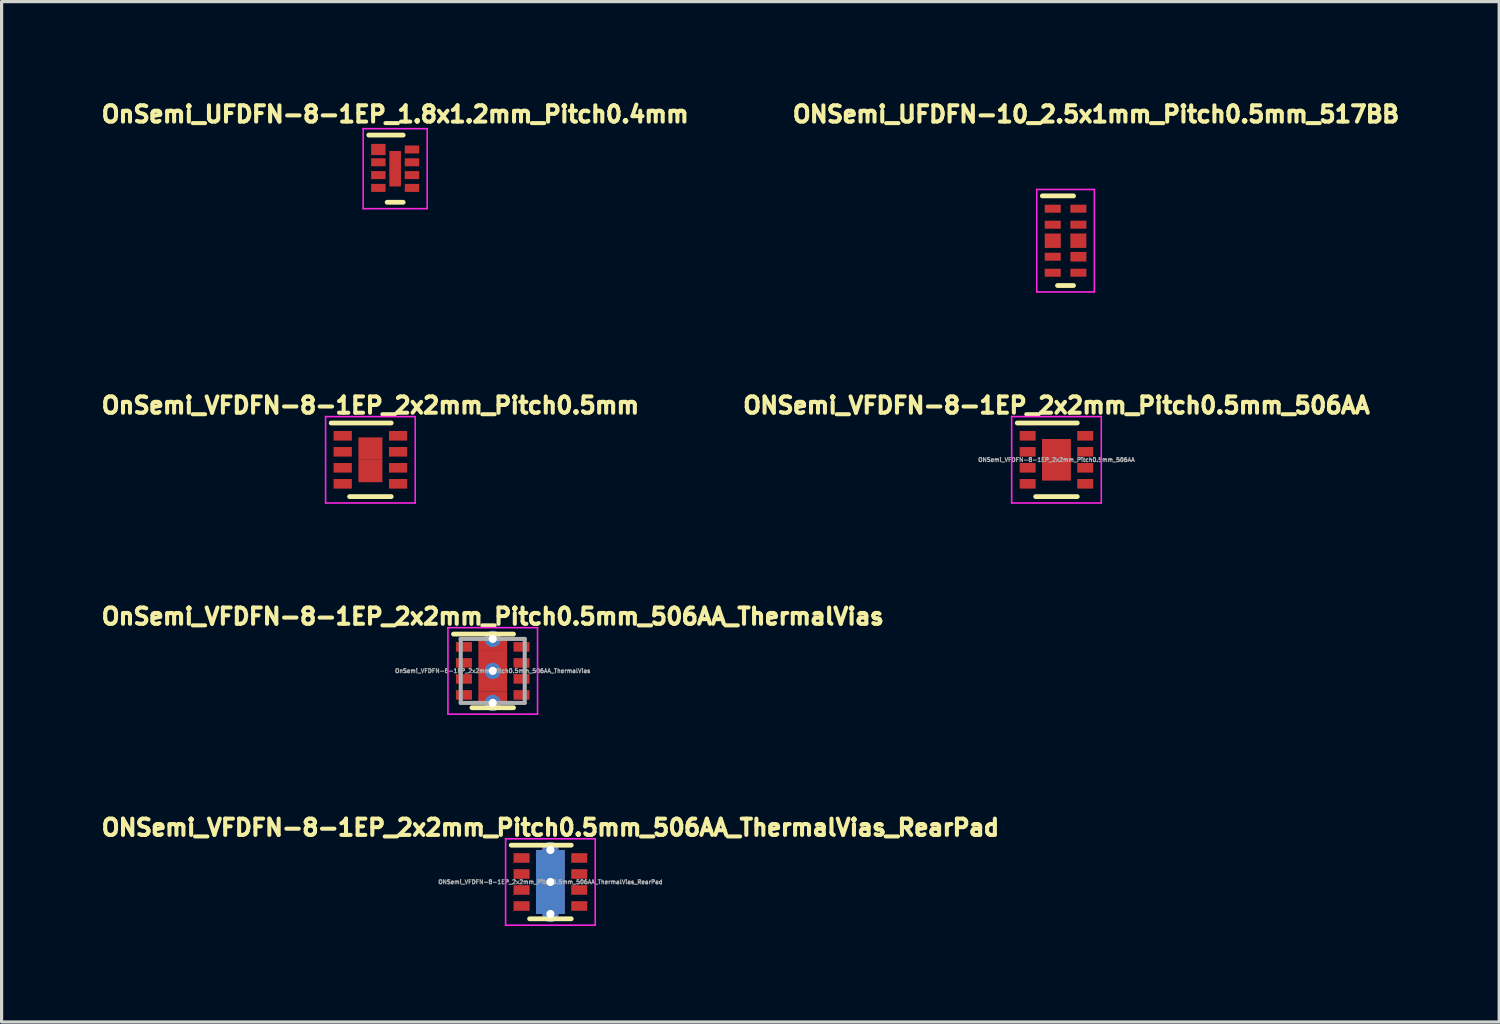
<source format=kicad_pcb>
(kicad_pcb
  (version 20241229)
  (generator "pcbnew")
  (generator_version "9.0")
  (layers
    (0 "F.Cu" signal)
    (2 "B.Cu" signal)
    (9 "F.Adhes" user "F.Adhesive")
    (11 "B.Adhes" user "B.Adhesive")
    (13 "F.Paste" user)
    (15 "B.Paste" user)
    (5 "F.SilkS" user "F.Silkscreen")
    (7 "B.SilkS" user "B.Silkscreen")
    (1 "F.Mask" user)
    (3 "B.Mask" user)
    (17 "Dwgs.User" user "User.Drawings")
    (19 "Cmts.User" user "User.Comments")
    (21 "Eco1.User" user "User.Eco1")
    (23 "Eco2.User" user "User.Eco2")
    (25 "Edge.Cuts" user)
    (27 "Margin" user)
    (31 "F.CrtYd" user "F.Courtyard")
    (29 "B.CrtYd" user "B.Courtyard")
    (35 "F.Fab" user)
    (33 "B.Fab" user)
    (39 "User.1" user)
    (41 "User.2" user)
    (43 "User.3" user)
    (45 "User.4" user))
  (footprint "OnSemi_UFDFN-8-1EP_1.8x1.2mm_Pitch0.4mm"
    (layer "F.Cu")
    (at 9.296 2.22)
    (property "Reference" "OnSemi_UFDFN-8-1EP_1.8x1.2mm_Pitch0.4mm" (at 0 -1.7 0) (layer "F.SilkS") (effects (font (size 0.508 0.508) (thickness 0.127))))
    (attr smd)
    (fp_line (start -0.825 -1.05) (end 0.25 -1.05) (stroke (width 0.15) (type solid)) (layer "F.SilkS"))
    (fp_line (start -0.25 1.05) (end 0.25 1.05) (stroke (width 0.15) (type solid)) (layer "F.SilkS"))
    (fp_line (start -1 -1.25) (end -1 1.25) (stroke (width 0.05) (type solid)) (layer "F.CrtYd"))
    (fp_line (start -1 -1.25) (end 1 -1.25) (stroke (width 0.05) (type solid)) (layer "F.CrtYd"))
    (fp_line (start -1 1.25) (end 1 1.25) (stroke (width 0.05) (type solid)) (layer "F.CrtYd"))
    (fp_line (start 1 -1.25) (end 1 1.25) (stroke (width 0.05) (type solid)) (layer "F.CrtYd"))
    (pad "1" smd rect (at -0.525 -0.6) (size 0.45 0.35) (layers "F.Cu" "F.Mask" "F.Paste"))
    (pad "2" smd rect (at -0.525 -0.2) (size 0.45 0.25) (layers "F.Cu" "F.Mask" "F.Paste"))
    (pad "3" smd rect (at -0.525 0.2) (size 0.45 0.25) (layers "F.Cu" "F.Mask" "F.Paste"))
    (pad "4" smd rect (at -0.525 0.6) (size 0.45 0.25) (layers "F.Cu" "F.Mask" "F.Paste"))
    (pad "5" smd rect (at 0.525 0.6) (size 0.45 0.25) (layers "F.Cu" "F.Mask" "F.Paste"))
    (pad "6" smd rect (at 0.525 0.2) (size 0.45 0.25) (layers "F.Cu" "F.Mask" "F.Paste"))
    (pad "7" smd rect (at 0.525 -0.2) (size 0.45 0.25) (layers "F.Cu" "F.Mask" "F.Paste"))
    (pad "8" smd rect (at 0.525 -0.6) (size 0.45 0.25) (layers "F.Cu" "F.Mask" "F.Paste"))
    (pad "9" smd rect (at 0 -0.275) (size 0.35 0.55) (layers "F.Cu" "F.Mask" "F.Paste"))
    (pad "9" smd rect (at 0 0) (size 0.35 1.1) (layers "F.Cu" "F.Mask"))
    (pad "9" smd rect (at 0 0.275) (size 0.35 0.55) (layers "F.Cu" "F.Mask" "F.Paste")))
  (footprint "OnSemi_VFDFN-8-1EP_2x2mm_Pitch0.5mm_506AA_ThermalVias"
    (layer "F.Cu")
    (at 12.344 17.91)
    (property "Reference" "OnSemi_VFDFN-8-1EP_2x2mm_Pitch0.5mm_506AA_ThermalVias" (at 0 -1.7 0) (layer "F.SilkS") (effects (font (size 0.508 0.508) (thickness 0.127))))
    (attr smd)
    (fp_line (start -1.225 -1.15) (end 0.65 -1.15) (stroke (width 0.15) (type solid)) (layer "F.SilkS"))
    (fp_line (start -0.65 1.15) (end 0.65 1.15) (stroke (width 0.15) (type solid)) (layer "F.SilkS"))
    (fp_line (start -1.4 -1.35) (end -1.4 1.35) (stroke (width 0.05) (type solid)) (layer "F.CrtYd"))
    (fp_line (start -1.4 -1.35) (end 1.4 -1.35) (stroke (width 0.05) (type solid)) (layer "F.CrtYd"))
    (fp_line (start -1.4 1.35) (end 1.4 1.35) (stroke (width 0.05) (type solid)) (layer "F.CrtYd"))
    (fp_line (start 1.4 -1.35) (end 1.4 1.35) (stroke (width 0.05) (type solid)) (layer "F.CrtYd"))
    (fp_line (start -1 1) (end -1 -1) (stroke (width 0.127) (type solid)) (layer "F.Fab"))
    (fp_line (start 1 -1) (end -1 -1) (stroke (width 0.127) (type solid)) (layer "F.Fab"))
    (fp_line (start 1 1) (end -1 1) (stroke (width 0.127) (type solid)) (layer "F.Fab"))
    (fp_line (start 1 1) (end 1 -1) (stroke (width 0.127) (type solid)) (layer "F.Fab"))
    (fp_text user "${REFERENCE}" (at 0 0 0) (layer "F.Fab") (effects (font (size 0.127 0.127) (thickness 0.032))))
    (pad "" smd rect (at 0 -0.325) (size 0.9 0.65) (layers "F.Paste"))
    (pad "" smd rect (at 0 0.325) (size 0.9 0.65) (layers "F.Paste"))
    (pad "1" smd rect (at -0.9 -0.75) (size 0.5 0.3) (layers "F.Cu" "F.Mask" "F.Paste"))
    (pad "2" smd rect (at -0.9 -0.25) (size 0.5 0.3) (layers "F.Cu" "F.Mask" "F.Paste"))
    (pad "3" smd rect (at -0.9 0.25) (size 0.5 0.3) (layers "F.Cu" "F.Mask" "F.Paste"))
    (pad "4" smd rect (at -0.9 0.75) (size 0.5 0.3) (layers "F.Cu" "F.Mask" "F.Paste"))
    (pad "5" smd rect (at 0.9 0.75) (size 0.5 0.3) (layers "F.Cu" "F.Mask" "F.Paste"))
    (pad "6" smd rect (at 0.9 0.25) (size 0.5 0.3) (layers "F.Cu" "F.Mask" "F.Paste"))
    (pad "7" smd rect (at 0.9 -0.25) (size 0.5 0.3) (layers "F.Cu" "F.Mask" "F.Paste"))
    (pad "8" smd rect (at 0.9 -0.75) (size 0.5 0.3) (layers "F.Cu" "F.Mask" "F.Paste"))
    (pad "9" thru_hole circle (at 0 -1) (size 0.508 0.508) (drill 0.254) (layers "*.Cu"))
    (pad "9" smd rect (at 0 -0.825) (size 0.9 0.35) (layers "F.Cu"))
    (pad "9" thru_hole circle (at 0 0) (size 0.508 0.508) (drill 0.254) (layers "*.Cu"))
    (pad "9" smd rect (at 0 0) (size 0.9 1.3) (layers "F.Cu" "F.Mask"))
    (pad "9" smd rect (at 0 0.825) (size 0.9 0.35) (layers "F.Cu"))
    (pad "9" thru_hole circle (at 0 1) (size 0.508 0.508) (drill 0.254) (layers "*.Cu")))
  (footprint "OnSemi_VFDFN-8-1EP_2x2mm_Pitch0.5mm"
    (layer "F.Cu")
    (at 8.522 11.315)
    (property "Reference" "OnSemi_VFDFN-8-1EP_2x2mm_Pitch0.5mm" (at 0 -1.7 0) (layer "F.SilkS") (effects (font (size 0.508 0.508) (thickness 0.127))))
    (attr smd)
    (fp_line (start -1.225 -1.15) (end 0.65 -1.15) (stroke (width 0.15) (type solid)) (layer "F.SilkS"))
    (fp_line (start -0.65 1.15) (end 0.65 1.15) (stroke (width 0.15) (type solid)) (layer "F.SilkS"))
    (fp_line (start -1.4 -1.35) (end -1.4 1.35) (stroke (width 0.05) (type solid)) (layer "F.CrtYd"))
    (fp_line (start -1.4 -1.35) (end 1.4 -1.35) (stroke (width 0.05) (type solid)) (layer "F.CrtYd"))
    (fp_line (start -1.4 1.35) (end 1.4 1.35) (stroke (width 0.05) (type solid)) (layer "F.CrtYd"))
    (fp_line (start 1.4 -1.35) (end 1.4 1.35) (stroke (width 0.05) (type solid)) (layer "F.CrtYd"))
    (pad "1" smd rect (at -0.865 -0.75) (size 0.57 0.3) (layers "F.Cu" "F.Mask" "F.Paste"))
    (pad "2" smd rect (at -0.865 -0.25) (size 0.57 0.3) (layers "F.Cu" "F.Mask" "F.Paste"))
    (pad "3" smd rect (at -0.865 0.25) (size 0.57 0.3) (layers "F.Cu" "F.Mask" "F.Paste"))
    (pad "4" smd rect (at -0.865 0.75) (size 0.57 0.3) (layers "F.Cu" "F.Mask" "F.Paste"))
    (pad "5" smd rect (at 0.865 0.75) (size 0.57 0.3) (layers "F.Cu" "F.Mask" "F.Paste"))
    (pad "6" smd rect (at 0.865 0.25) (size 0.57 0.3) (layers "F.Cu" "F.Mask" "F.Paste"))
    (pad "7" smd rect (at 0.865 -0.25) (size 0.57 0.3) (layers "F.Cu" "F.Mask" "F.Paste"))
    (pad "8" smd rect (at 0.865 -0.75) (size 0.57 0.3) (layers "F.Cu" "F.Mask" "F.Paste"))
    (pad "9" smd rect (at 0 -0.35) (size 0.75 0.7) (layers "F.Cu" "F.Mask" "F.Paste"))
    (pad "9" smd rect (at 0 0.35) (size 0.75 0.7) (layers "F.Cu" "F.Mask" "F.Paste")))
  (footprint "ONSemi_VFDFN-8-1EP_2x2mm_Pitch0.5mm_506AA_ThermalVias_RearPad"
    (layer "F.Cu")
    (at 14.146 24.505)
    (property "Reference" "ONSemi_VFDFN-8-1EP_2x2mm_Pitch0.5mm_506AA_ThermalVias_RearPad" (at 0 -1.7 0) (layer "F.SilkS") (effects (font (size 0.508 0.508) (thickness 0.127))))
    (attr smd)
    (fp_line (start -1.225 -1.15) (end 0.65 -1.15) (stroke (width 0.15) (type solid)) (layer "F.SilkS"))
    (fp_line (start -0.65 1.15) (end 0.65 1.15) (stroke (width 0.15) (type solid)) (layer "F.SilkS"))
    (fp_line (start -1.4 -1.35) (end -1.4 1.35) (stroke (width 0.05) (type solid)) (layer "F.CrtYd"))
    (fp_line (start -1.4 -1.35) (end 1.4 -1.35) (stroke (width 0.05) (type solid)) (layer "F.CrtYd"))
    (fp_line (start -1.4 1.35) (end 1.4 1.35) (stroke (width 0.05) (type solid)) (layer "F.CrtYd"))
    (fp_line (start 1.4 -1.35) (end 1.4 1.35) (stroke (width 0.05) (type solid)) (layer "F.CrtYd"))
    (fp_text user "${REFERENCE}" (at 0 0 0) (layer "F.Fab") (effects (font (size 0.127 0.127) (thickness 0.032))))
    (pad "" smd rect (at 0 -0.325) (size 0.9 0.65) (layers "F.Paste"))
    (pad "" smd rect (at 0 0.325) (size 0.9 0.65) (layers "F.Paste"))
    (pad "1" smd rect (at -0.9 -0.75) (size 0.5 0.3) (layers "F.Cu" "F.Mask" "F.Paste"))
    (pad "2" smd rect (at -0.9 -0.25) (size 0.5 0.3) (layers "F.Cu" "F.Mask" "F.Paste"))
    (pad "3" smd rect (at -0.9 0.25) (size 0.5 0.3) (layers "F.Cu" "F.Mask" "F.Paste"))
    (pad "4" smd rect (at -0.9 0.75) (size 0.5 0.3) (layers "F.Cu" "F.Mask" "F.Paste"))
    (pad "5" smd rect (at 0.9 0.75) (size 0.5 0.3) (layers "F.Cu" "F.Mask" "F.Paste"))
    (pad "6" smd rect (at 0.9 0.25) (size 0.5 0.3) (layers "F.Cu" "F.Mask" "F.Paste"))
    (pad "7" smd rect (at 0.9 -0.25) (size 0.5 0.3) (layers "F.Cu" "F.Mask" "F.Paste"))
    (pad "8" smd rect (at 0.9 -0.75) (size 0.5 0.3) (layers "F.Cu" "F.Mask" "F.Paste"))
    (pad "9" thru_hole circle (at 0 -1) (size 0.508 0.508) (drill 0.254) (layers "*.Cu"))
    (pad "9" smd rect (at 0 -0.825) (size 0.9 0.35) (layers "F.Cu"))
    (pad "9" thru_hole circle (at 0 0) (size 0.508 0.508) (drill 0.254) (layers "*.Cu"))
    (pad "9" smd rect (at 0 0) (size 0.9 1.3) (layers "F.Cu" "F.Mask"))
    (pad "9" smd rect (at 0 0) (size 0.9 2) (layers "B.Cu" "B.Mask"))
    (pad "9" smd rect (at 0 0.825) (size 0.9 0.35) (layers "F.Cu"))
    (pad "9" thru_hole circle (at 0 1) (size 0.508 0.508) (drill 0.254) (layers "*.Cu")))
  (footprint "ONSemi_UFDFN-10_2.5x1mm_Pitch0.5mm_517BB"
    (layer "F.Cu")
    (at 30.24 4.47)
    (property "Reference" "ONSemi_UFDFN-10_2.5x1mm_Pitch0.5mm_517BB" (at 0.95 -3.95 0) (layer "F.SilkS") (effects (font (size 0.508 0.508) (thickness 0.127))))
    (attr smd)
    (fp_line (start -0.725 -1.4) (end 0.25 -1.4) (stroke (width 0.15) (type solid)) (layer "F.SilkS"))
    (fp_line (start -0.25 1.4) (end 0.25 1.4) (stroke (width 0.15) (type solid)) (layer "F.SilkS"))
    (fp_line (start -0.9 -1.6) (end -0.9 1.6) (stroke (width 0.05) (type solid)) (layer "F.CrtYd"))
    (fp_line (start -0.9 -1.6) (end 0.9 -1.6) (stroke (width 0.05) (type solid)) (layer "F.CrtYd"))
    (fp_line (start -0.9 1.6) (end 0.9 1.6) (stroke (width 0.05) (type solid)) (layer "F.CrtYd"))
    (fp_line (start 0.9 -1.6) (end 0.9 1.6) (stroke (width 0.05) (type solid)) (layer "F.CrtYd"))
    (pad "1" smd rect (at -0.4 -1) (size 0.5 0.25) (layers "F.Cu" "F.Mask" "F.Paste"))
    (pad "2" smd rect (at -0.4 -0.5) (size 0.5 0.25) (layers "F.Cu" "F.Mask" "F.Paste"))
    (pad "3" smd rect (at -0.4 0) (size 0.5 0.45) (layers "F.Cu" "F.Mask" "F.Paste"))
    (pad "4" smd rect (at -0.4 0.5) (size 0.5 0.25) (layers "F.Cu" "F.Mask" "F.Paste"))
    (pad "5" smd rect (at -0.4 1) (size 0.5 0.25) (layers "F.Cu" "F.Mask" "F.Paste"))
    (pad "6" smd rect (at 0.4 1) (size 0.5 0.25) (layers "F.Cu" "F.Mask" "F.Paste"))
    (pad "7" smd rect (at 0.4 0.5) (size 0.5 0.3) (layers "F.Cu" "F.Mask" "F.Paste"))
    (pad "8" smd rect (at 0.4 0) (size 0.5 0.45) (layers "F.Cu" "F.Mask" "F.Paste"))
    (pad "9" smd rect (at 0.4 -0.5) (size 0.5 0.25) (layers "F.Cu" "F.Mask" "F.Paste"))
    (pad "10" smd rect (at 0.4 -1) (size 0.5 0.25) (layers "F.Cu" "F.Mask" "F.Paste")))
  (footprint "ONSemi_VFDFN-8-1EP_2x2mm_Pitch0.5mm_506AA"
    (layer "F.Cu")
    (at 29.956 11.315)
    (property "Reference" "ONSemi_VFDFN-8-1EP_2x2mm_Pitch0.5mm_506AA" (at 0 -1.7 0) (layer "F.SilkS") (effects (font (size 0.508 0.508) (thickness 0.127))))
    (attr smd)
    (fp_line (start -1.225 -1.15) (end 0.65 -1.15) (stroke (width 0.15) (type solid)) (layer "F.SilkS"))
    (fp_line (start -0.65 1.15) (end 0.65 1.15) (stroke (width 0.15) (type solid)) (layer "F.SilkS"))
    (fp_line (start -1.4 -1.35) (end -1.4 1.35) (stroke (width 0.05) (type solid)) (layer "F.CrtYd"))
    (fp_line (start -1.4 -1.35) (end 1.4 -1.35) (stroke (width 0.05) (type solid)) (layer "F.CrtYd"))
    (fp_line (start -1.4 1.35) (end 1.4 1.35) (stroke (width 0.05) (type solid)) (layer "F.CrtYd"))
    (fp_line (start 1.4 -1.35) (end 1.4 1.35) (stroke (width 0.05) (type solid)) (layer "F.CrtYd"))
    (fp_text user "${REFERENCE}" (at 0 0 0) (layer "F.Fab") (effects (font (size 0.127 0.127) (thickness 0.032))))
    (pad "" smd rect (at 0 -0.325) (size 0.9 0.65) (layers "F.Paste"))
    (pad "" smd rect (at 0 0.325) (size 0.9 0.65) (layers "F.Paste"))
    (pad "1" smd rect (at -0.9 -0.75) (size 0.5 0.3) (layers "F.Cu" "F.Mask" "F.Paste"))
    (pad "2" smd rect (at -0.9 -0.25) (size 0.5 0.3) (layers "F.Cu" "F.Mask" "F.Paste"))
    (pad "3" smd rect (at -0.9 0.25) (size 0.5 0.3) (layers "F.Cu" "F.Mask" "F.Paste"))
    (pad "4" smd rect (at -0.9 0.75) (size 0.5 0.3) (layers "F.Cu" "F.Mask" "F.Paste"))
    (pad "5" smd rect (at 0.9 0.75) (size 0.5 0.3) (layers "F.Cu" "F.Mask" "F.Paste"))
    (pad "6" smd rect (at 0.9 0.25) (size 0.5 0.3) (layers "F.Cu" "F.Mask" "F.Paste"))
    (pad "7" smd rect (at 0.9 -0.25) (size 0.5 0.3) (layers "F.Cu" "F.Mask" "F.Paste"))
    (pad "8" smd rect (at 0.9 -0.75) (size 0.5 0.3) (layers "F.Cu" "F.Mask" "F.Paste"))
    (pad "9" smd rect (at 0 0) (size 0.9 1.3) (layers "F.Cu" "F.Mask")))
  (gr_rect
    (start -3 -3)
    (end 43.788 28.88)
    (stroke (width 0.1) (type default))
    (fill no)
    (layer "Edge.Cuts")))
</source>
